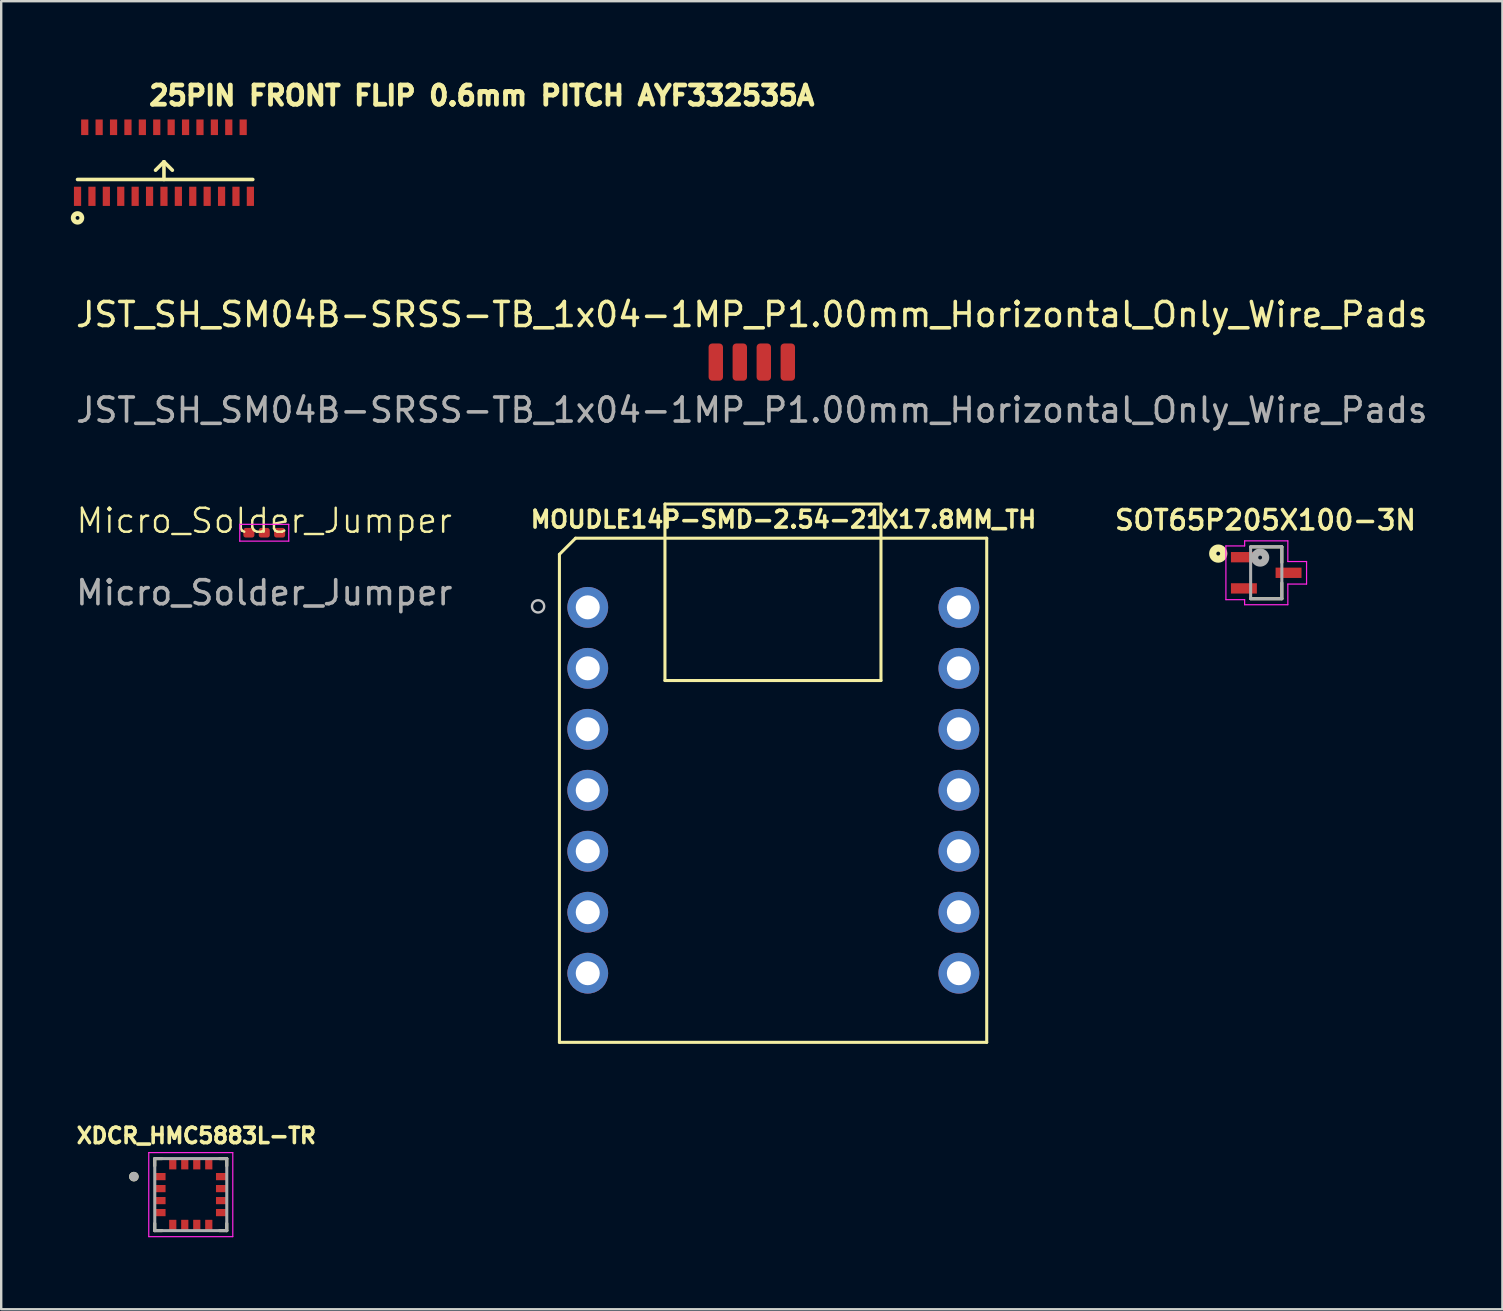
<source format=kicad_pcb>
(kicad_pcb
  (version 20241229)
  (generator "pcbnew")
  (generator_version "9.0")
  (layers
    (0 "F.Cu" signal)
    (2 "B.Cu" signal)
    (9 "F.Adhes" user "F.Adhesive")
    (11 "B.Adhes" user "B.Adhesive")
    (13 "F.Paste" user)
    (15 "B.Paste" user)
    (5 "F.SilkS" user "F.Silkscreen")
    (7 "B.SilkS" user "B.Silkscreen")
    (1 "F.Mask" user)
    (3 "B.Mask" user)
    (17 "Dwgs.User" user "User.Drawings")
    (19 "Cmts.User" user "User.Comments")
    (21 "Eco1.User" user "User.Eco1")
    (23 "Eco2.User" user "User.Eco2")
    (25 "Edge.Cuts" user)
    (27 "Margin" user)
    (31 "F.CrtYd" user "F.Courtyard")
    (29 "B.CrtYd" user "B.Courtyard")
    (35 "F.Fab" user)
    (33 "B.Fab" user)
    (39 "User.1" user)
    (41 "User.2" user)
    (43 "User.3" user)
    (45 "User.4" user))
  (footprint "XDCR_HMC5883L-TR"
    (layer "F.Cu")
    (at 4.897 46.715)
    (property "Reference" "XDCR_HMC5883L-TR" (at 0.232 -2.456 0) (layer "F.SilkS") (effects (font (size 0.64 0.64) (thickness 0.15))))
    (attr smd)
    (fp_line (start -1.5 -1.5) (end -1.2 -1.5) (stroke (width 0.127) (type solid)) (layer "F.SilkS"))
    (fp_line (start -1.5 -1.2) (end -1.5 -1.5) (stroke (width 0.127) (type solid)) (layer "F.SilkS"))
    (fp_line (start -1.5 1.5) (end -1.5 1.2) (stroke (width 0.127) (type solid)) (layer "F.SilkS"))
    (fp_line (start -1.2 1.5) (end -1.5 1.5) (stroke (width 0.127) (type solid)) (layer "F.SilkS"))
    (fp_line (start 1.2 -1.5) (end 1.5 -1.5) (stroke (width 0.127) (type solid)) (layer "F.SilkS"))
    (fp_line (start 1.5 -1.5) (end 1.5 -1.2) (stroke (width 0.127) (type solid)) (layer "F.SilkS"))
    (fp_line (start 1.5 1.2) (end 1.5 1.5) (stroke (width 0.127) (type solid)) (layer "F.SilkS"))
    (fp_line (start 1.5 1.5) (end 1.2 1.5) (stroke (width 0.127) (type solid)) (layer "F.SilkS"))
    (fp_circle (center -2.37 -0.75) (end -2.27 -0.75) (stroke (width 0.2) (type solid)) (fill no) (layer "F.SilkS"))
    (fp_line (start -1.75 -1.75) (end 1.75 -1.75) (stroke (width 0.05) (type solid)) (layer "F.CrtYd"))
    (fp_line (start -1.75 1.75) (end -1.75 -1.75) (stroke (width 0.05) (type solid)) (layer "F.CrtYd"))
    (fp_line (start 1.75 -1.75) (end 1.75 1.75) (stroke (width 0.05) (type solid)) (layer "F.CrtYd"))
    (fp_line (start 1.75 1.75) (end -1.75 1.75) (stroke (width 0.05) (type solid)) (layer "F.CrtYd"))
    (fp_line (start -1.5 -1.5) (end 1.5 -1.5) (stroke (width 0.127) (type solid)) (layer "F.Fab"))
    (fp_line (start -1.5 1.5) (end -1.5 -1.5) (stroke (width 0.127) (type solid)) (layer "F.Fab"))
    (fp_line (start 1.5 -1.5) (end 1.5 1.5) (stroke (width 0.127) (type solid)) (layer "F.Fab"))
    (fp_line (start 1.5 1.5) (end -1.5 1.5) (stroke (width 0.127) (type solid)) (layer "F.Fab"))
    (fp_circle (center -2.37 -0.75) (end -2.27 -0.75) (stroke (width 0.2) (type solid)) (fill no) (layer "F.Fab"))
    (pad "1" smd roundrect (at -1.275 -0.75) (size 0.45 0.3) (layers "F.Cu" "F.Mask" "F.Paste") (roundrect_rratio 0.03))
    (pad "2" smd roundrect (at -1.275 -0.25) (size 0.45 0.3) (layers "F.Cu" "F.Mask" "F.Paste") (roundrect_rratio 0.03))
    (pad "3" smd roundrect (at -1.275 0.25) (size 0.45 0.3) (layers "F.Cu" "F.Mask" "F.Paste") (roundrect_rratio 0.03))
    (pad "4" smd roundrect (at -1.275 0.75) (size 0.45 0.3) (layers "F.Cu" "F.Mask" "F.Paste") (roundrect_rratio 0.03))
    (pad "5" smd roundrect (at -0.75 1.275 90) (size 0.45 0.3) (layers "F.Cu" "F.Mask" "F.Paste") (roundrect_rratio 0.03))
    (pad "6" smd roundrect (at -0.25 1.275 90) (size 0.45 0.3) (layers "F.Cu" "F.Mask" "F.Paste") (roundrect_rratio 0.03))
    (pad "7" smd roundrect (at 0.25 1.275 90) (size 0.45 0.3) (layers "F.Cu" "F.Mask" "F.Paste") (roundrect_rratio 0.03))
    (pad "8" smd roundrect (at 0.75 1.275 90) (size 0.45 0.3) (layers "F.Cu" "F.Mask" "F.Paste") (roundrect_rratio 0.03))
    (pad "9" smd roundrect (at 1.275 0.75) (size 0.45 0.3) (layers "F.Cu" "F.Mask" "F.Paste") (roundrect_rratio 0.03))
    (pad "10" smd roundrect (at 1.275 0.25) (size 0.45 0.3) (layers "F.Cu" "F.Mask" "F.Paste") (roundrect_rratio 0.03))
    (pad "11" smd roundrect (at 1.275 -0.25) (size 0.45 0.3) (layers "F.Cu" "F.Mask" "F.Paste") (roundrect_rratio 0.03))
    (pad "12" smd roundrect (at 1.275 -0.75) (size 0.45 0.3) (layers "F.Cu" "F.Mask" "F.Paste") (roundrect_rratio 0.03))
    (pad "13" smd roundrect (at 0.75 -1.275 90) (size 0.45 0.3) (layers "F.Cu" "F.Mask" "F.Paste") (roundrect_rratio 0.03))
    (pad "14" smd roundrect (at 0.25 -1.275 90) (size 0.45 0.3) (layers "F.Cu" "F.Mask" "F.Paste") (roundrect_rratio 0.03))
    (pad "15" smd roundrect (at -0.25 -1.275 90) (size 0.45 0.3) (layers "F.Cu" "F.Mask" "F.Paste") (roundrect_rratio 0.03))
    (pad "16" smd roundrect (at -0.75 -1.275 90) (size 0.45 0.3) (layers "F.Cu" "F.Mask" "F.Paste") (roundrect_rratio 0.03)))
  (footprint "Micro_Solder_Jumper"
    (layer "F.Cu")
    (at 7.958 19.143)
    (property "Reference" "Micro_Solder_Jumper" (at 0 -0.5 0) (unlocked yes) (layer "F.SilkS") (effects (font (size 1 1) (thickness 0.1))))
    (attr smd)
    (fp_line (start -1.02 -0.35) (end 1.02 -0.35) (stroke (width 0.05) (type solid)) (layer "F.CrtYd"))
    (fp_line (start -1.02 0.35) (end -1.02 -0.35) (stroke (width 0.05) (type solid)) (layer "F.CrtYd"))
    (fp_line (start 1.02 -0.35) (end 1.02 0.35) (stroke (width 0.05) (type solid)) (layer "F.CrtYd"))
    (fp_line (start 1.02 0.35) (end -1.02 0.35) (stroke (width 0.05) (type solid)) (layer "F.CrtYd"))
    (fp_text user "${REFERENCE}" (at 0 2.5 0) (unlocked yes) (layer "F.Fab") (effects (font (size 1 1) (thickness 0.15))))
    (pad "" smd roundrect (at -0.64 0) (size 0.318 0.36) (layers "F.Paste") (roundrect_rratio 0.25))
    (pad "" smd roundrect (at 0 0) (size 0.318 0.36) (layers "F.Paste") (roundrect_rratio 0.25))
    (pad "" smd roundrect (at 0.64 0) (size 0.318 0.36) (layers "F.Paste") (roundrect_rratio 0.25))
    (pad "1" smd roundrect (at -0.64 0) (size 0.46 0.4) (layers "F.Cu" "F.Mask") (roundrect_rratio 0.25))
    (pad "2" smd roundrect (at 0 0) (size 0.46 0.4) (layers "F.Cu" "F.Mask") (roundrect_rratio 0.25))
    (pad "3" smd roundrect (at 0.64 0) (size 0.46 0.4) (layers "F.Cu" "F.Mask") (roundrect_rratio 0.25)))
  (footprint "25PIN FRONT FLIP 0.6mm PITCH AYF332535A"
    (layer "F.Cu")
    (at 3.78 3.69)
    (property "Reference" "25PIN FRONT FLIP 0.6mm PITCH AYF332535A" (at -0.72 -2.29 0) (unlocked yes) (layer "F.SilkS") (effects (font (size 0.8 0.8) (thickness 0.2)) (justify left bottom)))
    (fp_line (start -3.6 0.737) (end 3.7 0.737) (stroke (width 0.15) (type solid)) (layer "F.SilkS"))
    (fp_line (start -0.35 0.35) (end 0 0) (stroke (width 0.15) (type solid)) (layer "F.SilkS"))
    (fp_line (start 0 0) (end 0.35 0.35) (stroke (width 0.15) (type solid)) (layer "F.SilkS"))
    (fp_line (start 0 0.737) (end 0 0) (stroke (width 0.15) (type solid)) (layer "F.SilkS"))
    (fp_circle (center -3.6 2.337) (end -3.6 2.257) (stroke (width 0.2) (type solid)) (fill no) (layer "F.SilkS"))
    (pad "1" smd rect (at -3.6 1.438 90) (size 0.8 0.3) (layers "F.Cu" "F.Mask" "F.Paste"))
    (pad "2" smd rect (at -3.3 -1.438 90) (size 0.65 0.3) (layers "F.Cu" "F.Mask" "F.Paste"))
    (pad "3" smd rect (at -3 1.438 90) (size 0.8 0.3) (layers "F.Cu" "F.Mask" "F.Paste"))
    (pad "4" smd rect (at -2.7 -1.438 90) (size 0.65 0.3) (layers "F.Cu" "F.Mask" "F.Paste"))
    (pad "5" smd rect (at -2.4 1.438 90) (size 0.8 0.3) (layers "F.Cu" "F.Mask" "F.Paste"))
    (pad "6" smd rect (at -2.1 -1.438 90) (size 0.65 0.3) (layers "F.Cu" "F.Mask" "F.Paste"))
    (pad "7" smd rect (at -1.8 1.438 90) (size 0.8 0.3) (layers "F.Cu" "F.Mask" "F.Paste"))
    (pad "8" smd rect (at -1.5 -1.438 90) (size 0.65 0.3) (layers "F.Cu" "F.Mask" "F.Paste"))
    (pad "9" smd rect (at -1.2 1.438 90) (size 0.8 0.3) (layers "F.Cu" "F.Mask" "F.Paste"))
    (pad "10" smd rect (at -0.9 -1.438 90) (size 0.65 0.3) (layers "F.Cu" "F.Mask" "F.Paste"))
    (pad "11" smd rect (at -0.6 1.438 90) (size 0.8 0.3) (layers "F.Cu" "F.Mask" "F.Paste"))
    (pad "12" smd rect (at -0.3 -1.438 90) (size 0.65 0.3) (layers "F.Cu" "F.Mask" "F.Paste"))
    (pad "13" smd rect (at 0 1.438 90) (size 0.8 0.3) (layers "F.Cu" "F.Mask" "F.Paste"))
    (pad "14" smd rect (at 0.3 -1.438 90) (size 0.65 0.3) (layers "F.Cu" "F.Mask" "F.Paste"))
    (pad "15" smd rect (at 0.6 1.438 90) (size 0.8 0.3) (layers "F.Cu" "F.Mask" "F.Paste"))
    (pad "16" smd rect (at 0.9 -1.438 90) (size 0.65 0.3) (layers "F.Cu" "F.Mask" "F.Paste"))
    (pad "17" smd rect (at 1.2 1.438 90) (size 0.8 0.3) (layers "F.Cu" "F.Mask" "F.Paste"))
    (pad "18" smd rect (at 1.5 -1.438 90) (size 0.65 0.3) (layers "F.Cu" "F.Mask" "F.Paste"))
    (pad "19" smd rect (at 1.8 1.438 90) (size 0.8 0.3) (layers "F.Cu" "F.Mask" "F.Paste"))
    (pad "20" smd rect (at 2.1 -1.438 90) (size 0.65 0.3) (layers "F.Cu" "F.Mask" "F.Paste"))
    (pad "21" smd rect (at 2.4 1.438 90) (size 0.8 0.3) (layers "F.Cu" "F.Mask" "F.Paste"))
    (pad "22" smd rect (at 2.7 -1.438 90) (size 0.65 0.3) (layers "F.Cu" "F.Mask" "F.Paste"))
    (pad "23" smd rect (at 3 1.438 90) (size 0.8 0.3) (layers "F.Cu" "F.Mask" "F.Paste"))
    (pad "24" smd rect (at 3.3 -1.438 90) (size 0.65 0.3) (layers "F.Cu" "F.Mask" "F.Paste"))
    (pad "25" smd rect (at 3.6 1.438 90) (size 0.8 0.3) (layers "F.Cu" "F.Mask" "F.Paste")))
  (footprint "SOT65P205X100-3N"
    (layer "F.Cu")
    (at 49.698 20.811)
    (property "Reference" "SOT65P205X100-3N" (at -0.033 -2.195 0) (layer "F.SilkS") (effects (font (size 0.804 0.804) (thickness 0.15))))
    (attr smd)
    (fp_line (start 0.65 -1.08) (end -0.65 -1.08) (stroke (width 0.127) (type solid)) (layer "F.SilkS"))
    (fp_line (start 0.65 -1.08) (end 0.65 -0.43) (stroke (width 0.127) (type solid)) (layer "F.SilkS"))
    (fp_line (start 0.65 0.42) (end 0.65 1.08) (stroke (width 0.127) (type solid)) (layer "F.SilkS"))
    (fp_line (start 0.65 1.08) (end -0.65 1.08) (stroke (width 0.127) (type solid)) (layer "F.SilkS"))
    (fp_circle (center -2 -0.8) (end -1.92 -0.8) (stroke (width 0.3) (type solid)) (fill no) (layer "F.SilkS"))
    (fp_line (start -1.68 -1.12) (end -0.9 -1.12) (stroke (width 0.05) (type solid)) (layer "F.CrtYd"))
    (fp_line (start -1.68 1.12) (end -1.68 -1.12) (stroke (width 0.05) (type solid)) (layer "F.CrtYd"))
    (fp_line (start -1.68 1.12) (end -0.9 1.12) (stroke (width 0.05) (type solid)) (layer "F.CrtYd"))
    (fp_line (start -0.9 -1.33) (end 0.9 -1.33) (stroke (width 0.05) (type solid)) (layer "F.CrtYd"))
    (fp_line (start -0.9 -1.12) (end -0.9 -1.33) (stroke (width 0.05) (type solid)) (layer "F.CrtYd"))
    (fp_line (start -0.9 1.33) (end -0.9 1.12) (stroke (width 0.05) (type solid)) (layer "F.CrtYd"))
    (fp_line (start 0.9 -1.33) (end 0.9 -0.47) (stroke (width 0.05) (type solid)) (layer "F.CrtYd"))
    (fp_line (start 0.9 -0.47) (end 1.68 -0.47) (stroke (width 0.05) (type solid)) (layer "F.CrtYd"))
    (fp_line (start 0.9 0.47) (end 0.9 1.33) (stroke (width 0.05) (type solid)) (layer "F.CrtYd"))
    (fp_line (start 0.9 1.33) (end -0.9 1.33) (stroke (width 0.05) (type solid)) (layer "F.CrtYd"))
    (fp_line (start 1.68 -0.47) (end 1.68 0.47) (stroke (width 0.05) (type solid)) (layer "F.CrtYd"))
    (fp_line (start 1.68 0.47) (end 0.9 0.47) (stroke (width 0.05) (type solid)) (layer "F.CrtYd"))
    (fp_line (start -0.65 -1.08) (end 0.65 -1.08) (stroke (width 0.127) (type solid)) (layer "F.Fab"))
    (fp_line (start -0.65 1.08) (end -0.65 -1.08) (stroke (width 0.127) (type solid)) (layer "F.Fab"))
    (fp_line (start 0.65 -1.08) (end 0.65 1.08) (stroke (width 0.127) (type solid)) (layer "F.Fab"))
    (fp_line (start 0.65 1.08) (end -0.65 1.08) (stroke (width 0.127) (type solid)) (layer "F.Fab"))
    (fp_circle (center -0.254 -0.635) (end -0.174 -0.635) (stroke (width 0.3) (type solid)) (fill no) (layer "F.Fab"))
    (pad "1" smd rect (at -0.93 -0.65 270) (size 0.43 1.08) (layers "F.Cu" "F.Mask" "F.Paste"))
    (pad "2" smd rect (at -0.93 0.65 270) (size 0.43 1.08) (layers "F.Cu" "F.Mask" "F.Paste"))
    (pad "3" smd rect (at 0.93 0 270) (size 0.43 1.08) (layers "F.Cu" "F.Mask" "F.Paste")))
  (footprint "JST_SH_SM04B-SRSS-TB_1x04-1MP_P1.00mm_Horizontal_Only_Wire_Pads"
    (layer "F.Cu")
    (at 28.275 11.324)
    (property "Reference" "JST_SH_SM04B-SRSS-TB_1x04-1MP_P1.00mm_Horizontal_Only_Wire_Pads" (at -0.007 -1.27 0) (layer "F.SilkS") (effects (font (size 1 1) (thickness 0.15))))
    (attr smd)
    (fp_text user "${REFERENCE}" (at -0.007 2.71 0) (layer "F.Fab") (effects (font (size 1 1) (thickness 0.15))))
    (pad "1" smd roundrect (at -1.507 0.71) (size 0.6 1.55) (layers "F.Cu" "F.Mask" "F.Paste") (roundrect_rratio 0.25))
    (pad "2" smd roundrect (at -0.507 0.71) (size 0.6 1.55) (layers "F.Cu" "F.Mask" "F.Paste") (roundrect_rratio 0.25))
    (pad "3" smd roundrect (at 0.493 0.71) (size 0.6 1.55) (layers "F.Cu" "F.Mask" "F.Paste") (roundrect_rratio 0.25))
    (pad "4" smd roundrect (at 1.493 0.71) (size 0.6 1.55) (layers "F.Cu" "F.Mask" "F.Paste") (roundrect_rratio 0.25)))
  (footprint "MOUDLE14P-SMD-2.54-21X17.8MM_TH"
    (layer "F.Cu")
    (at 20.254 40.371)
    (property "Reference" "MOUDLE14P-SMD-2.54-21X17.8MM_TH" (at 9.335 -21.78 0) (layer "F.SilkS") (effects (font (size 0.7 0.7) (thickness 0.15))))
    (attr through_hole)
    (fp_line (start 0 -20.328) (end 0 0) (stroke (width 0.127) (type solid)) (layer "F.SilkS"))
    (fp_line (start 0 0) (end 17.8 0) (stroke (width 0.127) (type solid)) (layer "F.SilkS"))
    (fp_line (start 0.672 -21) (end 0 -20.328) (stroke (width 0.127) (type solid)) (layer "F.SilkS"))
    (fp_line (start 4.396 -15.072) (end 4.396 -22.425) (stroke (width 0.127) (type solid)) (layer "F.SilkS"))
    (fp_line (start 4.4 -22.424) (end 13.395 -22.424) (stroke (width 0.127) (type solid)) (layer "F.SilkS"))
    (fp_line (start 13.395 -22.424) (end 13.395 -15.072) (stroke (width 0.127) (type solid)) (layer "F.SilkS"))
    (fp_line (start 13.395 -15.072) (end 4.396 -15.072) (stroke (width 0.127) (type solid)) (layer "F.SilkS"))
    (fp_line (start 17.8 -21) (end 0.672 -21) (stroke (width 0.127) (type solid)) (layer "F.SilkS"))
    (fp_line (start 17.8 0) (end 17.8 -21) (stroke (width 0.127) (type solid)) (layer "F.SilkS"))
    (fp_circle (center -0.889 -18.161) (end -0.635 -18.161) (stroke (width 0.1) (type solid)) (fill no) (layer "Dwgs.User"))
    (pad "1" thru_hole oval (at 1.18 -18.12) (size 1.7 1.7) (drill 1) (layers "*.Cu" "*.Mask"))
    (pad "2" thru_hole oval (at 1.18 -15.58) (size 1.7 1.7) (drill 1) (layers "*.Cu" "*.Mask"))
    (pad "3" thru_hole oval (at 1.18 -13.04) (size 1.7 1.7) (drill 1) (layers "*.Cu" "*.Mask"))
    (pad "4" thru_hole oval (at 1.18 -10.5) (size 1.7 1.7) (drill 1) (layers "*.Cu" "*.Mask"))
    (pad "5" thru_hole oval (at 1.18 -7.96) (size 1.7 1.7) (drill 1) (layers "*.Cu" "*.Mask"))
    (pad "6" thru_hole roundrect (at 1.18 -5.42) (size 1.7 1.7) (drill 1) (layers "*.Cu" "*.Mask") (roundrect_rratio 0.5))
    (pad "7" thru_hole roundrect (at 1.18 -2.88) (size 1.7 1.7) (drill 1) (layers "*.Cu" "*.Mask") (roundrect_rratio 0.5))
    (pad "8" thru_hole oval (at 16.64 -2.88) (size 1.7 1.7) (drill 1) (layers "*.Cu" "*.Mask"))
    (pad "9" thru_hole oval (at 16.64 -5.42) (size 1.7 1.7) (drill 1) (layers "*.Cu" "*.Mask"))
    (pad "10" thru_hole oval (at 16.64 -7.96) (size 1.7 1.7) (drill 1) (layers "*.Cu" "*.Mask"))
    (pad "11" thru_hole oval (at 16.64 -10.5) (size 1.7 1.7) (drill 1) (layers "*.Cu" "*.Mask"))
    (pad "12" thru_hole oval (at 16.64 -13.04) (size 1.7 1.7) (drill 1) (layers "*.Cu" "*.Mask"))
    (pad "13" thru_hole oval (at 16.64 -15.58) (size 1.7 1.7) (drill 1) (layers "*.Cu" "*.Mask"))
    (pad "14" thru_hole roundrect (at 16.64 -18.12) (size 1.7 1.7) (drill 1) (layers "*.Cu" "*.Mask") (roundrect_rratio 0.5))
    (zone (net_name "") (layer "F.Cu") (hatch full 0.508) (connect_pads) (min_thickness 0.01) (filled_areas_thickness no) (keepout (tracks not_allowed) (vias not_allowed) (pads not_allowed) (copperpour not_allowed) (footprints allowed)) (placement (enabled no)) (fill) (polygon (pts (xy 23.238 27.608) (xy 26.159 27.608) (xy 26.159 29.64) (xy 23.238 29.64))))
    (zone (net_name "") (layer "F.Cu") (hatch full 0.508) (connect_pads) (min_thickness 0.01) (filled_areas_thickness no) (keepout (tracks not_allowed) (vias not_allowed) (pads not_allowed) (copperpour not_allowed) (footprints allowed)) (placement (enabled no)) (fill) (polygon (pts (xy 23.937 19.289) (xy 25.715 19.289) (xy 25.715 21.956) (xy 23.937 21.956))))
    (zone (net_name "") (layer "F.Cu") (hatch full 0.508) (connect_pads) (min_thickness 0.01) (filled_areas_thickness no) (keepout (tracks not_allowed) (vias not_allowed) (pads not_allowed) (copperpour not_allowed) (footprints allowed)) (placement (enabled no)) (fill) (polygon (pts (xy 23.937 23.353) (xy 25.715 23.353) (xy 25.715 26.02) (xy 23.937 26.02))))
    (zone (net_name "") (layer "F.Cu") (hatch full 0.508) (connect_pads) (min_thickness 0.01) (filled_areas_thickness no) (keepout (tracks not_allowed) (vias not_allowed) (pads not_allowed) (copperpour not_allowed) (footprints allowed)) (placement (enabled no)) (fill) (polygon (pts (xy 26.604 20.051) (xy 31.811 20.051) (xy 31.811 27.036) (xy 26.604 27.036))))
    (zone (net_name "") (layer "F.Cu") (hatch full 0.508) (connect_pads) (min_thickness 0.01) (filled_areas_thickness no) (keepout (tracks not_allowed) (vias not_allowed) (pads not_allowed) (copperpour not_allowed) (footprints allowed)) (placement (enabled no)) (fill) (polygon (pts (xy 26.604 37.196) (xy 32.319 37.196) (xy 32.319 39.736) (xy 26.604 39.736))))
    (zone (net_name "") (layer "F.Cu") (hatch full 0.508) (connect_pads) (min_thickness 0.01) (filled_areas_thickness no) (keepout (tracks not_allowed) (vias not_allowed) (pads not_allowed) (copperpour not_allowed) (footprints allowed)) (placement (enabled no)) (fill) (polygon (pts (xy 30.033 29.068) (xy 33.081 29.068) (xy 33.081 32.116) (xy 30.033 32.116))))
    (zone (net_name "") (layer "F.Cu") (hatch full 0.508) (connect_pads) (min_thickness 0.01) (filled_areas_thickness no) (keepout (tracks not_allowed) (vias not_allowed) (pads not_allowed) (copperpour not_allowed) (footprints allowed)) (placement (enabled no)) (fill) (polygon (pts (xy 32.573 19.289) (xy 34.351 19.289) (xy 34.351 21.956) (xy 32.573 21.956))))
    (zone (net_name "") (layer "F.Cu") (hatch full 0.508) (connect_pads) (min_thickness 0.01) (filled_areas_thickness no) (keepout (tracks not_allowed) (vias not_allowed) (pads not_allowed) (copperpour not_allowed) (footprints allowed)) (placement (enabled no)) (fill) (polygon (pts (xy 32.573 23.353) (xy 34.351 23.353) (xy 34.351 26.02) (xy 32.573 26.02)))))
  (gr_rect
    (start -3 -3)
    (end 59.536 51.49)
    (stroke (width 0.1) (type default))
    (fill no)
    (layer "Edge.Cuts")))
</source>
